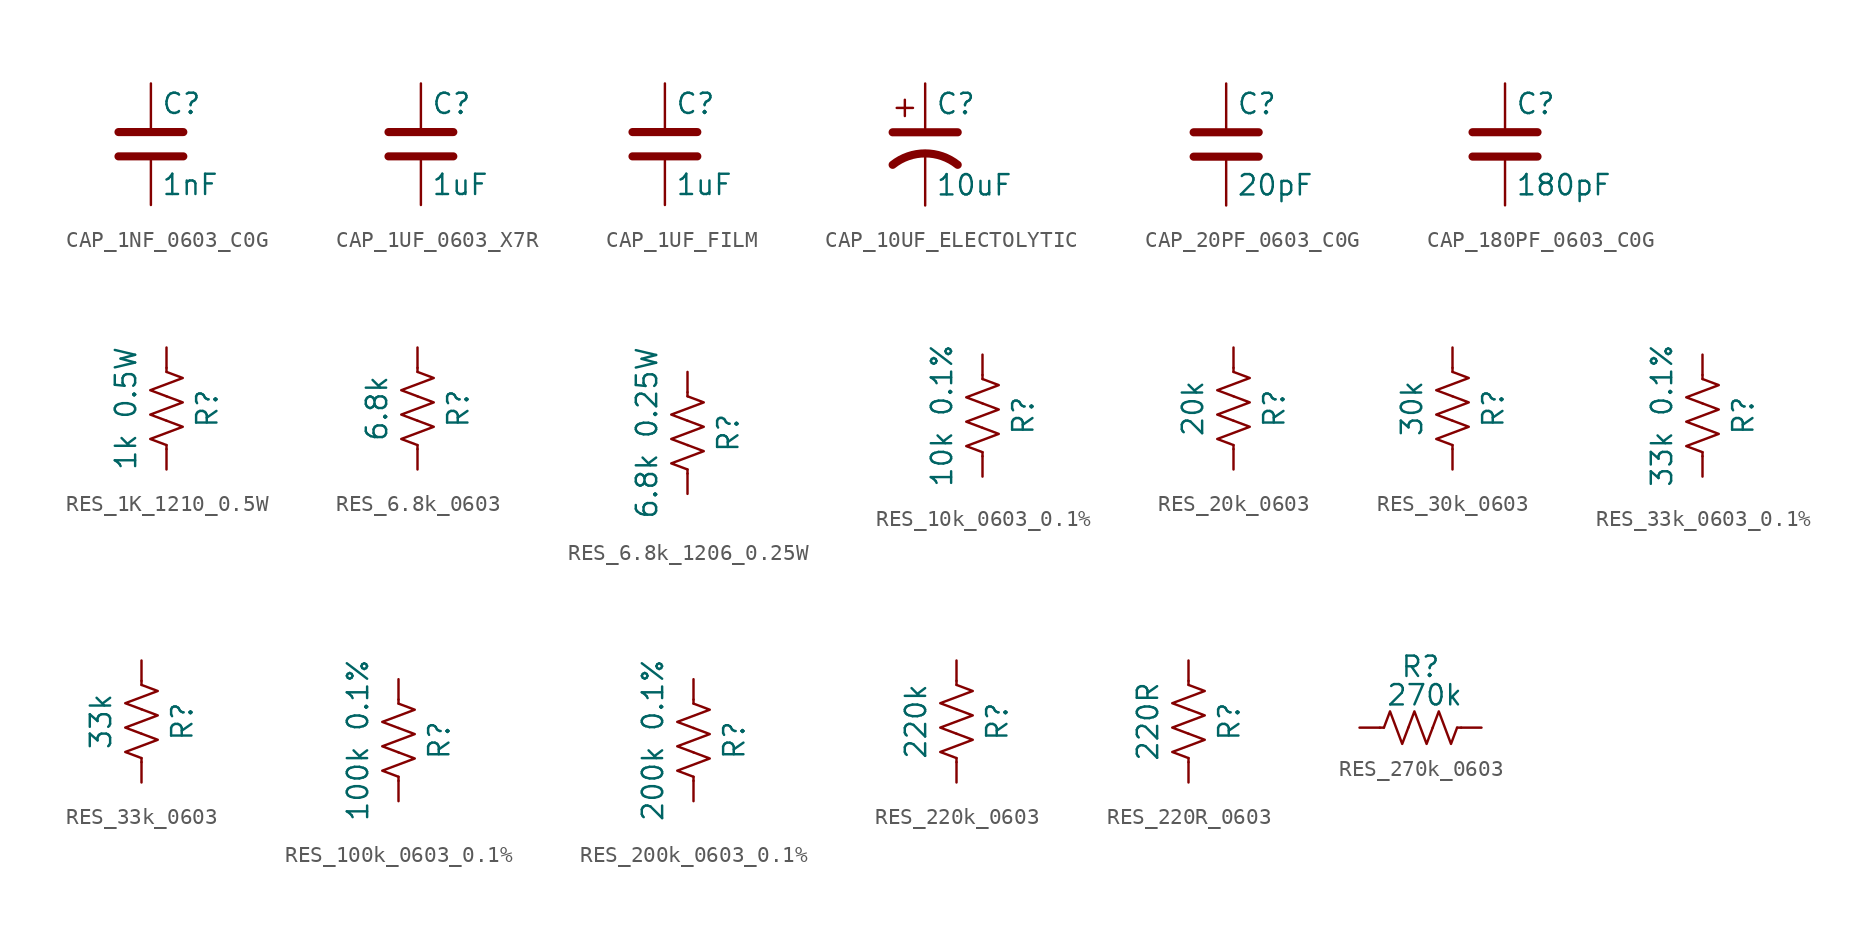
<source format=kicad_sym>
(kicad_symbol_lib
  (version 20231120)
  (generator "kicad_symbol_editor")
  (generator_version "8.0")
  (symbol "CAP_1NF_0603_C0G"
    (pin_numbers hide)
    (pin_names
      (offset 0.254))
    (property "Reference" "C"
      (at 0.635 2.54 0)
      (effects (font (size 1.27 1.27)) (justify left)))
    (property "Value" "1nF"
      (at 0.635 -2.54 0)
      (effects (font (size 1.27 1.27)) (justify left)))
    (symbol "CAP_1NF_0603_C0G_0_1"
      (polyline (pts (xy -2.032 -0.762) (xy 2.032 -0.762)) (stroke (width 0.508) (type default)) (fill (type none)))
      (polyline (pts (xy -2.032 0.762) (xy 2.032 0.762)) (stroke (width 0.508) (type default)) (fill (type none))))
    (symbol "CAP_1NF_0603_C0G_1_1"
      (pin passive line (at 0 3.81 270) (length 2.794) (name "~" (effects (font (size 1.27 1.27)))) (number "1" (effects (font (size 1.27 1.27)))))
      (pin passive line (at 0 -3.81 90) (length 2.794) (name "~" (effects (font (size 1.27 1.27)))) (number "2" (effects (font (size 1.27 1.27)))))))
  (symbol "CAP_1UF_0603_X7R"
    (pin_numbers hide)
    (pin_names
      (offset 0.254))
    (property "Reference" "C"
      (at 0.635 2.54 0)
      (effects (font (size 1.27 1.27)) (justify left)))
    (property "Value" "1uF"
      (at 0.635 -2.54 0)
      (effects (font (size 1.27 1.27)) (justify left)))
    (symbol "CAP_1UF_0603_X7R_0_1"
      (polyline (pts (xy -2.032 -0.762) (xy 2.032 -0.762)) (stroke (width 0.508) (type default)) (fill (type none)))
      (polyline (pts (xy -2.032 0.762) (xy 2.032 0.762)) (stroke (width 0.508) (type default)) (fill (type none))))
    (symbol "CAP_1UF_0603_X7R_1_1"
      (pin passive line (at 0 3.81 270) (length 2.794) (name "~" (effects (font (size 1.27 1.27)))) (number "1" (effects (font (size 1.27 1.27)))))
      (pin passive line (at 0 -3.81 90) (length 2.794) (name "~" (effects (font (size 1.27 1.27)))) (number "2" (effects (font (size 1.27 1.27)))))))
  (symbol "CAP_1UF_FILM"
    (pin_numbers hide)
    (pin_names
      (offset 0.254))
    (property "Reference" "C"
      (at 0.635 2.54 0)
      (effects (font (size 1.27 1.27)) (justify left)))
    (property "Value" "1uF"
      (at 0.635 -2.54 0)
      (effects (font (size 1.27 1.27)) (justify left)))
    (symbol "CAP_1UF_FILM_0_1"
      (polyline (pts (xy -2.032 -0.762) (xy 2.032 -0.762)) (stroke (width 0.508) (type default)) (fill (type none)))
      (polyline (pts (xy -2.032 0.762) (xy 2.032 0.762)) (stroke (width 0.508) (type default)) (fill (type none))))
    (symbol "CAP_1UF_FILM_1_1"
      (pin passive line (at 0 3.81 270) (length 2.794) (name "~" (effects (font (size 1.27 1.27)))) (number "1" (effects (font (size 1.27 1.27)))))
      (pin passive line (at 0 -3.81 90) (length 2.794) (name "~" (effects (font (size 1.27 1.27)))) (number "2" (effects (font (size 1.27 1.27)))))))
  (symbol "CAP_10UF_ELECTOLYTIC"
    (pin_numbers hide)
    (pin_names
      (offset 0.254) hide)
    (property "Reference" "C"
      (at 0.635 2.54 0)
      (effects (font (size 1.27 1.27)) (justify left)))
    (property "Value" "10uF"
      (at 0.635 -2.54 0)
      (effects (font (size 1.27 1.27)) (justify left)))
    (symbol "CAP_10UF_ELECTOLYTIC_0_1"
      (polyline (pts (xy -2.032 0.762) (xy 2.032 0.762)) (stroke (width 0.508) (type default)) (fill (type none)))
      (polyline (pts (xy -1.778 2.286) (xy -0.762 2.286)) (stroke (width 0) (type default)) (fill (type none)))
      (polyline (pts (xy -1.27 1.778) (xy -1.27 2.794)) (stroke (width 0) (type default)) (fill (type none)))
      (arc (start 2.032 -1.27) (mid 0 -0.5572) (end -2.032 -1.27) (stroke (width 0.508) (type default)) (fill (type none))))
    (symbol "CAP_10UF_ELECTOLYTIC_1_1"
      (pin passive line (at 0 3.81 270) (length 2.794) (name "~" (effects (font (size 1.27 1.27)))) (number "1" (effects (font (size 1.27 1.27)))))
      (pin passive line (at 0 -3.81 90) (length 3.302) (name "~" (effects (font (size 1.27 1.27)))) (number "2" (effects (font (size 1.27 1.27)))))))
  (symbol "CAP_20PF_0603_C0G"
    (pin_numbers hide)
    (pin_names
      (offset 0.254))
    (property "Reference" "C"
      (at 0.635 2.54 0)
      (effects (font (size 1.27 1.27)) (justify left)))
    (property "Value" "20pF"
      (at 0.635 -2.54 0)
      (effects (font (size 1.27 1.27)) (justify left)))
    (symbol "CAP_20PF_0603_C0G_0_1"
      (polyline (pts (xy -2.032 -0.762) (xy 2.032 -0.762)) (stroke (width 0.508) (type default)) (fill (type none)))
      (polyline (pts (xy -2.032 0.762) (xy 2.032 0.762)) (stroke (width 0.508) (type default)) (fill (type none))))
    (symbol "CAP_20PF_0603_C0G_1_1"
      (pin passive line (at 0 3.81 270) (length 2.794) (name "~" (effects (font (size 1.27 1.27)))) (number "1" (effects (font (size 1.27 1.27)))))
      (pin passive line (at 0 -3.81 90) (length 2.794) (name "~" (effects (font (size 1.27 1.27)))) (number "2" (effects (font (size 1.27 1.27)))))))
  (symbol "CAP_180PF_0603_C0G"
    (pin_numbers hide)
    (pin_names
      (offset 0.254))
    (property "Reference" "C"
      (at 0.635 2.54 0)
      (effects (font (size 1.27 1.27)) (justify left)))
    (property "Value" "180pF"
      (at 0.635 -2.54 0)
      (effects (font (size 1.27 1.27)) (justify left)))
    (symbol "CAP_180PF_0603_C0G_0_1"
      (polyline (pts (xy -2.032 -0.762) (xy 2.032 -0.762)) (stroke (width 0.508) (type default)) (fill (type none)))
      (polyline (pts (xy -2.032 0.762) (xy 2.032 0.762)) (stroke (width 0.508) (type default)) (fill (type none))))
    (symbol "CAP_180PF_0603_C0G_1_1"
      (pin passive line (at 0 3.81 270) (length 2.794) (name "~" (effects (font (size 1.27 1.27)))) (number "1" (effects (font (size 1.27 1.27)))))
      (pin passive line (at 0 -3.81 90) (length 2.794) (name "~" (effects (font (size 1.27 1.27)))) (number "2" (effects (font (size 1.27 1.27)))))))
  (symbol "RES_1K_1210_0.5W"
    (pin_numbers hide)
    (pin_names
      (offset 0))
    (property "Reference" "R"
      (at 2.54 0 90)
      (effects (font (size 1.27 1.27))))
    (property "Value" "1k 0.5W"
      (at -2.54 0 90)
      (effects (font (size 1.27 1.27))))
    (symbol "RES_1K_1210_0.5W_0_1"
      (polyline (pts (xy 0 -2.286) (xy 0 -2.54)) (stroke (width 0) (type default)) (fill (type none)))
      (polyline (pts (xy 0 2.286) (xy 0 2.54)) (stroke (width 0) (type default)) (fill (type none)))
      (polyline (pts (xy 0 -0.762) (xy 1.016 -1.143) (xy 0 -1.524) (xy -1.016 -1.905) (xy 0 -2.286)) (stroke (width 0) (type default)) (fill (type none)))
      (polyline (pts (xy 0 0.762) (xy 1.016 0.381) (xy 0 0) (xy -1.016 -0.381) (xy 0 -0.762)) (stroke (width 0) (type default)) (fill (type none)))
      (polyline (pts (xy 0 2.286) (xy 1.016 1.905) (xy 0 1.524) (xy -1.016 1.143) (xy 0 0.762)) (stroke (width 0) (type default)) (fill (type none))))
    (symbol "RES_1K_1210_0.5W_1_1"
      (pin passive line (at 0 3.81 270) (length 1.27) (name "~" (effects (font (size 1.27 1.27)))) (number "1" (effects (font (size 1.27 1.27)))))
      (pin passive line (at 0 -3.81 90) (length 1.27) (name "~" (effects (font (size 1.27 1.27)))) (number "2" (effects (font (size 1.27 1.27)))))))
  (symbol "RES_6.8k_0603"
    (pin_numbers hide)
    (pin_names
      (offset 0))
    (property "Reference" "R"
      (at 2.54 0 90)
      (effects (font (size 1.27 1.27))))
    (property "Value" "6.8k"
      (at -2.54 0 90)
      (effects (font (size 1.27 1.27))))
    (symbol "RES_6.8k_0603_0_1"
      (polyline (pts (xy 0 -2.286) (xy 0 -2.54)) (stroke (width 0) (type default)) (fill (type none)))
      (polyline (pts (xy 0 2.286) (xy 0 2.54)) (stroke (width 0) (type default)) (fill (type none)))
      (polyline (pts (xy 0 -0.762) (xy 1.016 -1.143) (xy 0 -1.524) (xy -1.016 -1.905) (xy 0 -2.286)) (stroke (width 0) (type default)) (fill (type none)))
      (polyline (pts (xy 0 0.762) (xy 1.016 0.381) (xy 0 0) (xy -1.016 -0.381) (xy 0 -0.762)) (stroke (width 0) (type default)) (fill (type none)))
      (polyline (pts (xy 0 2.286) (xy 1.016 1.905) (xy 0 1.524) (xy -1.016 1.143) (xy 0 0.762)) (stroke (width 0) (type default)) (fill (type none))))
    (symbol "RES_6.8k_0603_1_1"
      (pin passive line (at 0 3.81 270) (length 1.27) (name "~" (effects (font (size 1.27 1.27)))) (number "1" (effects (font (size 1.27 1.27)))))
      (pin passive line (at 0 -3.81 90) (length 1.27) (name "~" (effects (font (size 1.27 1.27)))) (number "2" (effects (font (size 1.27 1.27)))))))
  (symbol "RES_6.8k_1206_0.25W"
    (pin_numbers hide)
    (pin_names
      (offset 0))
    (property "Reference" "R"
      (at 2.54 0 90)
      (effects (font (size 1.27 1.27))))
    (property "Value" "6.8k 0.25W"
      (at -2.54 0 90)
      (effects (font (size 1.27 1.27))))
    (symbol "RES_6.8k_1206_0.25W_0_1"
      (polyline (pts (xy 0 -2.286) (xy 0 -2.54)) (stroke (width 0) (type default)) (fill (type none)))
      (polyline (pts (xy 0 2.286) (xy 0 2.54)) (stroke (width 0) (type default)) (fill (type none)))
      (polyline (pts (xy 0 -0.762) (xy 1.016 -1.143) (xy 0 -1.524) (xy -1.016 -1.905) (xy 0 -2.286)) (stroke (width 0) (type default)) (fill (type none)))
      (polyline (pts (xy 0 0.762) (xy 1.016 0.381) (xy 0 0) (xy -1.016 -0.381) (xy 0 -0.762)) (stroke (width 0) (type default)) (fill (type none)))
      (polyline (pts (xy 0 2.286) (xy 1.016 1.905) (xy 0 1.524) (xy -1.016 1.143) (xy 0 0.762)) (stroke (width 0) (type default)) (fill (type none))))
    (symbol "RES_6.8k_1206_0.25W_1_1"
      (pin passive line (at 0 3.81 270) (length 1.27) (name "~" (effects (font (size 1.27 1.27)))) (number "1" (effects (font (size 1.27 1.27)))))
      (pin passive line (at 0 -3.81 90) (length 1.27) (name "~" (effects (font (size 1.27 1.27)))) (number "2" (effects (font (size 1.27 1.27)))))))
  (symbol "RES_10k_0603_0.1%"
    (pin_numbers hide)
    (pin_names
      (offset 0))
    (property "Reference" "R"
      (at 2.54 0 90)
      (effects (font (size 1.27 1.27))))
    (property "Value" "10k 0.1%"
      (at -2.54 0 90)
      (effects (font (size 1.27 1.27))))
    (symbol "RES_10k_0603_0.1%_0_1"
      (polyline (pts (xy 0 -2.286) (xy 0 -2.54)) (stroke (width 0) (type default)) (fill (type none)))
      (polyline (pts (xy 0 2.286) (xy 0 2.54)) (stroke (width 0) (type default)) (fill (type none)))
      (polyline (pts (xy 0 -0.762) (xy 1.016 -1.143) (xy 0 -1.524) (xy -1.016 -1.905) (xy 0 -2.286)) (stroke (width 0) (type default)) (fill (type none)))
      (polyline (pts (xy 0 0.762) (xy 1.016 0.381) (xy 0 0) (xy -1.016 -0.381) (xy 0 -0.762)) (stroke (width 0) (type default)) (fill (type none)))
      (polyline (pts (xy 0 2.286) (xy 1.016 1.905) (xy 0 1.524) (xy -1.016 1.143) (xy 0 0.762)) (stroke (width 0) (type default)) (fill (type none))))
    (symbol "RES_10k_0603_0.1%_1_1"
      (pin passive line (at 0 3.81 270) (length 1.27) (name "~" (effects (font (size 1.27 1.27)))) (number "1" (effects (font (size 1.27 1.27)))))
      (pin passive line (at 0 -3.81 90) (length 1.27) (name "~" (effects (font (size 1.27 1.27)))) (number "2" (effects (font (size 1.27 1.27)))))))
  (symbol "RES_20k_0603"
    (pin_numbers hide)
    (pin_names
      (offset 0))
    (property "Reference" "R"
      (at 2.54 0 90)
      (effects (font (size 1.27 1.27))))
    (property "Value" "20k"
      (at -2.54 0 90)
      (effects (font (size 1.27 1.27))))
    (symbol "RES_20k_0603_0_1"
      (polyline (pts (xy 0 -2.286) (xy 0 -2.54)) (stroke (width 0) (type default)) (fill (type none)))
      (polyline (pts (xy 0 2.286) (xy 0 2.54)) (stroke (width 0) (type default)) (fill (type none)))
      (polyline (pts (xy 0 -0.762) (xy 1.016 -1.143) (xy 0 -1.524) (xy -1.016 -1.905) (xy 0 -2.286)) (stroke (width 0) (type default)) (fill (type none)))
      (polyline (pts (xy 0 0.762) (xy 1.016 0.381) (xy 0 0) (xy -1.016 -0.381) (xy 0 -0.762)) (stroke (width 0) (type default)) (fill (type none)))
      (polyline (pts (xy 0 2.286) (xy 1.016 1.905) (xy 0 1.524) (xy -1.016 1.143) (xy 0 0.762)) (stroke (width 0) (type default)) (fill (type none))))
    (symbol "RES_20k_0603_1_1"
      (pin passive line (at 0 3.81 270) (length 1.27) (name "~" (effects (font (size 1.27 1.27)))) (number "1" (effects (font (size 1.27 1.27)))))
      (pin passive line (at 0 -3.81 90) (length 1.27) (name "~" (effects (font (size 1.27 1.27)))) (number "2" (effects (font (size 1.27 1.27)))))))
  (symbol "RES_30k_0603"
    (pin_numbers hide)
    (pin_names
      (offset 0))
    (property "Reference" "R"
      (at 2.54 0 90)
      (effects (font (size 1.27 1.27))))
    (property "Value" "30k"
      (at -2.54 0 90)
      (effects (font (size 1.27 1.27))))
    (symbol "RES_30k_0603_0_1"
      (polyline (pts (xy 0 -2.286) (xy 0 -2.54)) (stroke (width 0) (type default)) (fill (type none)))
      (polyline (pts (xy 0 2.286) (xy 0 2.54)) (stroke (width 0) (type default)) (fill (type none)))
      (polyline (pts (xy 0 -0.762) (xy 1.016 -1.143) (xy 0 -1.524) (xy -1.016 -1.905) (xy 0 -2.286)) (stroke (width 0) (type default)) (fill (type none)))
      (polyline (pts (xy 0 0.762) (xy 1.016 0.381) (xy 0 0) (xy -1.016 -0.381) (xy 0 -0.762)) (stroke (width 0) (type default)) (fill (type none)))
      (polyline (pts (xy 0 2.286) (xy 1.016 1.905) (xy 0 1.524) (xy -1.016 1.143) (xy 0 0.762)) (stroke (width 0) (type default)) (fill (type none))))
    (symbol "RES_30k_0603_1_1"
      (pin passive line (at 0 3.81 270) (length 1.27) (name "~" (effects (font (size 1.27 1.27)))) (number "1" (effects (font (size 1.27 1.27)))))
      (pin passive line (at 0 -3.81 90) (length 1.27) (name "~" (effects (font (size 1.27 1.27)))) (number "2" (effects (font (size 1.27 1.27)))))))
  (symbol "RES_33k_0603_0.1%"
    (pin_numbers hide)
    (pin_names
      (offset 0))
    (property "Reference" "R"
      (at 2.54 0 90)
      (effects (font (size 1.27 1.27))))
    (property "Value" "33k 0.1%"
      (at -2.54 0 90)
      (effects (font (size 1.27 1.27))))
    (symbol "RES_33k_0603_0.1%_0_1"
      (polyline (pts (xy 0 -2.286) (xy 0 -2.54)) (stroke (width 0) (type default)) (fill (type none)))
      (polyline (pts (xy 0 2.286) (xy 0 2.54)) (stroke (width 0) (type default)) (fill (type none)))
      (polyline (pts (xy 0 -0.762) (xy 1.016 -1.143) (xy 0 -1.524) (xy -1.016 -1.905) (xy 0 -2.286)) (stroke (width 0) (type default)) (fill (type none)))
      (polyline (pts (xy 0 0.762) (xy 1.016 0.381) (xy 0 0) (xy -1.016 -0.381) (xy 0 -0.762)) (stroke (width 0) (type default)) (fill (type none)))
      (polyline (pts (xy 0 2.286) (xy 1.016 1.905) (xy 0 1.524) (xy -1.016 1.143) (xy 0 0.762)) (stroke (width 0) (type default)) (fill (type none))))
    (symbol "RES_33k_0603_0.1%_1_1"
      (pin passive line (at 0 3.81 270) (length 1.27) (name "~" (effects (font (size 1.27 1.27)))) (number "1" (effects (font (size 1.27 1.27)))))
      (pin passive line (at 0 -3.81 90) (length 1.27) (name "~" (effects (font (size 1.27 1.27)))) (number "2" (effects (font (size 1.27 1.27)))))))
  (symbol "RES_33k_0603"
    (pin_numbers hide)
    (pin_names
      (offset 0))
    (property "Reference" "R"
      (at 2.54 0 90)
      (effects (font (size 1.27 1.27))))
    (property "Value" "33k"
      (at -2.54 0 90)
      (effects (font (size 1.27 1.27))))
    (symbol "RES_33k_0603_0_1"
      (polyline (pts (xy 0 -2.286) (xy 0 -2.54)) (stroke (width 0) (type default)) (fill (type none)))
      (polyline (pts (xy 0 2.286) (xy 0 2.54)) (stroke (width 0) (type default)) (fill (type none)))
      (polyline (pts (xy 0 -0.762) (xy 1.016 -1.143) (xy 0 -1.524) (xy -1.016 -1.905) (xy 0 -2.286)) (stroke (width 0) (type default)) (fill (type none)))
      (polyline (pts (xy 0 0.762) (xy 1.016 0.381) (xy 0 0) (xy -1.016 -0.381) (xy 0 -0.762)) (stroke (width 0) (type default)) (fill (type none)))
      (polyline (pts (xy 0 2.286) (xy 1.016 1.905) (xy 0 1.524) (xy -1.016 1.143) (xy 0 0.762)) (stroke (width 0) (type default)) (fill (type none))))
    (symbol "RES_33k_0603_1_1"
      (pin passive line (at 0 3.81 270) (length 1.27) (name "~" (effects (font (size 1.27 1.27)))) (number "1" (effects (font (size 1.27 1.27)))))
      (pin passive line (at 0 -3.81 90) (length 1.27) (name "~" (effects (font (size 1.27 1.27)))) (number "2" (effects (font (size 1.27 1.27)))))))
  (symbol "RES_100k_0603_0.1%"
    (pin_numbers hide)
    (pin_names
      (offset 0))
    (property "Reference" "R"
      (at 2.54 0 90)
      (effects (font (size 1.27 1.27))))
    (property "Value" "100k 0.1%"
      (at -2.54 0 90)
      (effects (font (size 1.27 1.27))))
    (symbol "RES_100k_0603_0.1%_0_1"
      (polyline (pts (xy 0 -2.286) (xy 0 -2.54)) (stroke (width 0) (type default)) (fill (type none)))
      (polyline (pts (xy 0 2.286) (xy 0 2.54)) (stroke (width 0) (type default)) (fill (type none)))
      (polyline (pts (xy 0 -0.762) (xy 1.016 -1.143) (xy 0 -1.524) (xy -1.016 -1.905) (xy 0 -2.286)) (stroke (width 0) (type default)) (fill (type none)))
      (polyline (pts (xy 0 0.762) (xy 1.016 0.381) (xy 0 0) (xy -1.016 -0.381) (xy 0 -0.762)) (stroke (width 0) (type default)) (fill (type none)))
      (polyline (pts (xy 0 2.286) (xy 1.016 1.905) (xy 0 1.524) (xy -1.016 1.143) (xy 0 0.762)) (stroke (width 0) (type default)) (fill (type none))))
    (symbol "RES_100k_0603_0.1%_1_1"
      (pin passive line (at 0 3.81 270) (length 1.27) (name "~" (effects (font (size 1.27 1.27)))) (number "1" (effects (font (size 1.27 1.27)))))
      (pin passive line (at 0 -3.81 90) (length 1.27) (name "~" (effects (font (size 1.27 1.27)))) (number "2" (effects (font (size 1.27 1.27)))))))
  (symbol "RES_200k_0603_0.1%"
    (pin_numbers hide)
    (pin_names
      (offset 0))
    (property "Reference" "R"
      (at 2.54 0 90)
      (effects (font (size 1.27 1.27))))
    (property "Value" "200k 0.1%"
      (at -2.54 0 90)
      (effects (font (size 1.27 1.27))))
    (symbol "RES_200k_0603_0.1%_0_1"
      (polyline (pts (xy 0 -2.286) (xy 0 -2.54)) (stroke (width 0) (type default)) (fill (type none)))
      (polyline (pts (xy 0 2.286) (xy 0 2.54)) (stroke (width 0) (type default)) (fill (type none)))
      (polyline (pts (xy 0 -0.762) (xy 1.016 -1.143) (xy 0 -1.524) (xy -1.016 -1.905) (xy 0 -2.286)) (stroke (width 0) (type default)) (fill (type none)))
      (polyline (pts (xy 0 0.762) (xy 1.016 0.381) (xy 0 0) (xy -1.016 -0.381) (xy 0 -0.762)) (stroke (width 0) (type default)) (fill (type none)))
      (polyline (pts (xy 0 2.286) (xy 1.016 1.905) (xy 0 1.524) (xy -1.016 1.143) (xy 0 0.762)) (stroke (width 0) (type default)) (fill (type none))))
    (symbol "RES_200k_0603_0.1%_1_1"
      (pin passive line (at 0 3.81 270) (length 1.27) (name "~" (effects (font (size 1.27 1.27)))) (number "1" (effects (font (size 1.27 1.27)))))
      (pin passive line (at 0 -3.81 90) (length 1.27) (name "~" (effects (font (size 1.27 1.27)))) (number "2" (effects (font (size 1.27 1.27)))))))
  (symbol "RES_220k_0603"
    (pin_numbers hide)
    (pin_names
      (offset 0))
    (property "Reference" "R"
      (at 2.54 0 90)
      (effects (font (size 1.27 1.27))))
    (property "Value" "220k"
      (at -2.54 0 90)
      (effects (font (size 1.27 1.27))))
    (symbol "RES_220k_0603_0_1"
      (polyline (pts (xy 0 -2.286) (xy 0 -2.54)) (stroke (width 0) (type default)) (fill (type none)))
      (polyline (pts (xy 0 2.286) (xy 0 2.54)) (stroke (width 0) (type default)) (fill (type none)))
      (polyline (pts (xy 0 -0.762) (xy 1.016 -1.143) (xy 0 -1.524) (xy -1.016 -1.905) (xy 0 -2.286)) (stroke (width 0) (type default)) (fill (type none)))
      (polyline (pts (xy 0 0.762) (xy 1.016 0.381) (xy 0 0) (xy -1.016 -0.381) (xy 0 -0.762)) (stroke (width 0) (type default)) (fill (type none)))
      (polyline (pts (xy 0 2.286) (xy 1.016 1.905) (xy 0 1.524) (xy -1.016 1.143) (xy 0 0.762)) (stroke (width 0) (type default)) (fill (type none))))
    (symbol "RES_220k_0603_1_1"
      (pin passive line (at 0 3.81 270) (length 1.27) (name "~" (effects (font (size 1.27 1.27)))) (number "1" (effects (font (size 1.27 1.27)))))
      (pin passive line (at 0 -3.81 90) (length 1.27) (name "~" (effects (font (size 1.27 1.27)))) (number "2" (effects (font (size 1.27 1.27)))))))
  (symbol "RES_220R_0603"
    (pin_numbers hide)
    (pin_names
      (offset 0))
    (property "Reference" "R"
      (at 2.54 0 90)
      (effects (font (size 1.27 1.27))))
    (property "Value" "220R"
      (at -2.54 0 90)
      (effects (font (size 1.27 1.27))))
    (symbol "RES_220R_0603_0_1"
      (polyline (pts (xy 0 -2.286) (xy 0 -2.54)) (stroke (width 0) (type default)) (fill (type none)))
      (polyline (pts (xy 0 2.286) (xy 0 2.54)) (stroke (width 0) (type default)) (fill (type none)))
      (polyline (pts (xy 0 -0.762) (xy 1.016 -1.143) (xy 0 -1.524) (xy -1.016 -1.905) (xy 0 -2.286)) (stroke (width 0) (type default)) (fill (type none)))
      (polyline (pts (xy 0 0.762) (xy 1.016 0.381) (xy 0 0) (xy -1.016 -0.381) (xy 0 -0.762)) (stroke (width 0) (type default)) (fill (type none)))
      (polyline (pts (xy 0 2.286) (xy 1.016 1.905) (xy 0 1.524) (xy -1.016 1.143) (xy 0 0.762)) (stroke (width 0) (type default)) (fill (type none))))
    (symbol "RES_220R_0603_1_1"
      (pin passive line (at 0 3.81 270) (length 1.27) (name "~" (effects (font (size 1.27 1.27)))) (number "1" (effects (font (size 1.27 1.27)))))
      (pin passive line (at 0 -3.81 90) (length 1.27) (name "~" (effects (font (size 1.27 1.27)))) (number "2" (effects (font (size 1.27 1.27)))))))
  (symbol "RES_270k_0603"
    (pin_numbers hide)
    (pin_names
      (offset 0))
    (property "Reference" "R"
      (at 0 3.81 0)
      (effects (font (size 1.27 1.27))))
    (property "Value" "270k"
      (at 0.254 2.032 0)
      (effects (font (size 1.27 1.27))))
    (symbol "RES_270k_0603_0_1"
      (polyline (pts (xy -2.286 0) (xy -2.54 0)) (stroke (width 0) (type default)) (fill (type none)))
      (polyline (pts (xy 2.286 0) (xy 2.54 0)) (stroke (width 0) (type default)) (fill (type none)))
      (polyline (pts (xy -2.286 0) (xy -1.905 1.016) (xy -1.524 0) (xy -1.143 -1.016) (xy -0.762 0)) (stroke (width 0) (type default)) (fill (type none)))
      (polyline (pts (xy -0.762 0) (xy -0.381 1.016) (xy 0 0) (xy 0.381 -1.016) (xy 0.762 0)) (stroke (width 0) (type default)) (fill (type none)))
      (polyline (pts (xy 0.762 0) (xy 1.143 1.016) (xy 1.524 0) (xy 1.905 -1.016) (xy 2.286 0)) (stroke (width 0) (type default)) (fill (type none))))
    (symbol "RES_270k_0603_1_1"
      (pin passive line (at -3.81 0 0) (length 1.27) (name "~" (effects (font (size 1.27 1.27)))) (number "1" (effects (font (size 1.27 1.27)))))
      (pin passive line (at 3.81 0 180) (length 1.27) (name "~" (effects (font (size 1.27 1.27)))) (number "2" (effects (font (size 1.27 1.27))))))))
</source>
